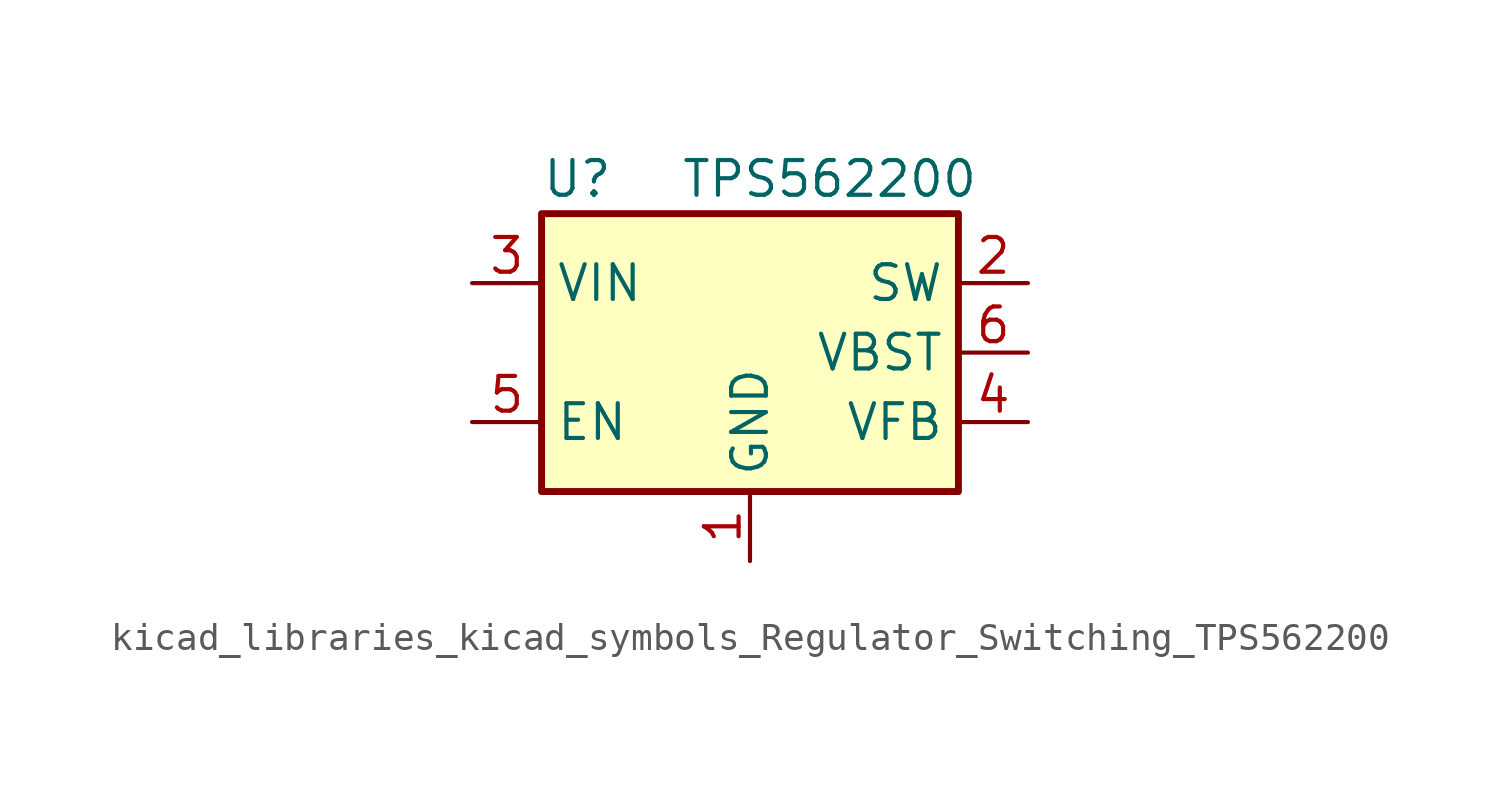
<source format=kicad_sym>
(kicad_symbol_lib
  (version 20220914)
  (generator kicad_symbol_editor)
  (symbol "kicad_libraries_kicad_symbols_Regulator_Switching_TPS562200"
    (property "Reference" "U"
      (at -7.62 6.35 0)
      (effects (font (size 1.27 1.27)) (justify left)))
    (property "Value" "TPS562200"
      (at -2.54 6.35 0)
      (effects (font (size 1.27 1.27)) (justify left)))
    (symbol "kicad_libraries_kicad_symbols_Regulator_Switching_TPS562200_0_1"
      (rectangle (start -7.62 5.08) (end 7.62 -5.08) (stroke (width 0.254) (type default)) (fill (type background))))
    (symbol "kicad_libraries_kicad_symbols_Regulator_Switching_TPS562200_1_1"
      (pin power_in line (at 0 -7.62 90) (length 2.54) (name "GND" (effects (font (size 1.27 1.27)))) (number "1" (effects (font (size 1.27 1.27)))))
      (pin output line (at 10.16 2.54 180) (length 2.54) (name "SW" (effects (font (size 1.27 1.27)))) (number "2" (effects (font (size 1.27 1.27)))))
      (pin power_in line (at -10.16 2.54 0) (length 2.54) (name "VIN" (effects (font (size 1.27 1.27)))) (number "3" (effects (font (size 1.27 1.27)))))
      (pin input line (at 10.16 -2.54 180) (length 2.54) (name "VFB" (effects (font (size 1.27 1.27)))) (number "4" (effects (font (size 1.27 1.27)))))
      (pin input line (at -10.16 -2.54 0) (length 2.54) (name "EN" (effects (font (size 1.27 1.27)))) (number "5" (effects (font (size 1.27 1.27)))))
      (pin passive line (at 10.16 0 180) (length 2.54) (name "VBST" (effects (font (size 1.27 1.27)))) (number "6" (effects (font (size 1.27 1.27))))))))
</source>
